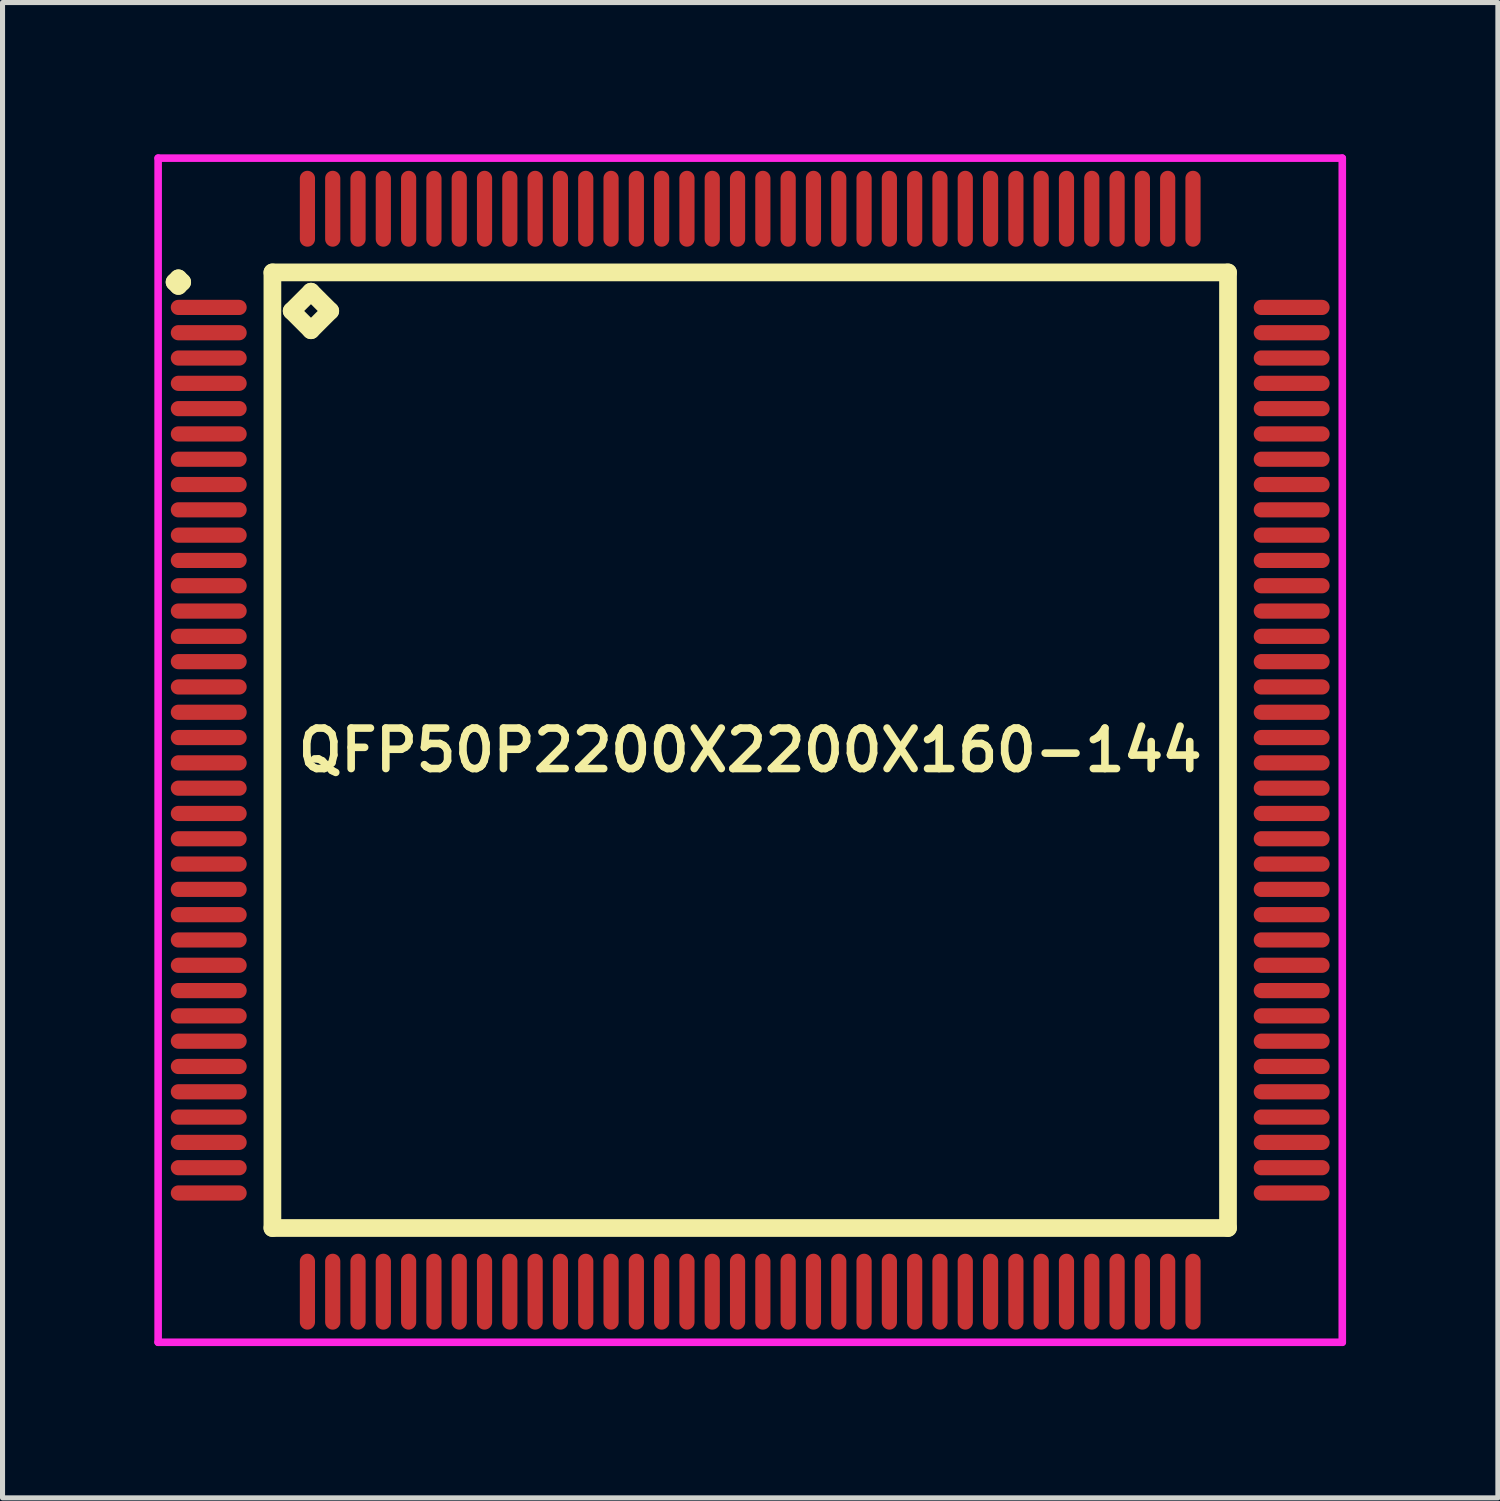
<source format=kicad_pcb>
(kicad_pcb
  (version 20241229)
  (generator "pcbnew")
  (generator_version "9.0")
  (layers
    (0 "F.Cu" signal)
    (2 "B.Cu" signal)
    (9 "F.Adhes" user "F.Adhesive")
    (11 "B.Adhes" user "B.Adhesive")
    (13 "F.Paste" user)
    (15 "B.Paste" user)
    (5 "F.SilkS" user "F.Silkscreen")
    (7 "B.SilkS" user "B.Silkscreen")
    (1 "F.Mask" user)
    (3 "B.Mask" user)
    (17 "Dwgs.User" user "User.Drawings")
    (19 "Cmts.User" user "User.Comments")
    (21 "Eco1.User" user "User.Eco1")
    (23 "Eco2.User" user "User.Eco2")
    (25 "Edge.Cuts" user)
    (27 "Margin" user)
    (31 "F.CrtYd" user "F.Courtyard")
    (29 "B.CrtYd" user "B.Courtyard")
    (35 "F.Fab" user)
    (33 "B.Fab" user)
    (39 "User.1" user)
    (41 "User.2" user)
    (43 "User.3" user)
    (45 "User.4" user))
  (footprint "QFP50P2200X2200X160-144"
    (layer "F.Cu")
    (at 11.775 11.775)
    (property "Reference" "QFP50P2200X2200X160-144" (at 0 0 0) (layer "F.SilkS") (effects (font (size 0.8 0.8) (thickness 0.15))))
    (attr smd)
    (fp_line (start -11.375 -9.25) (end -11.3 -9.325) (stroke (width 0.35) (type solid)) (layer "F.SilkS"))
    (fp_line (start -11.3 -9.325) (end -11.225 -9.25) (stroke (width 0.35) (type solid)) (layer "F.SilkS"))
    (fp_line (start -11.3 -9.175) (end -11.375 -9.25) (stroke (width 0.35) (type solid)) (layer "F.SilkS"))
    (fp_line (start -11.225 -9.25) (end -11.3 -9.175) (stroke (width 0.35) (type solid)) (layer "F.SilkS"))
    (fp_line (start -9.442 -9.442) (end -9.442 9.442) (stroke (width 0.35) (type solid)) (layer "F.SilkS"))
    (fp_line (start -9.442 9.442) (end 9.442 9.442) (stroke (width 0.35) (type solid)) (layer "F.SilkS"))
    (fp_line (start -9.061 -8.68) (end -8.68 -9.061) (stroke (width 0.35) (type solid)) (layer "F.SilkS"))
    (fp_line (start -8.68 -9.061) (end -8.299 -8.68) (stroke (width 0.35) (type solid)) (layer "F.SilkS"))
    (fp_line (start -8.68 -8.299) (end -9.061 -8.68) (stroke (width 0.35) (type solid)) (layer "F.SilkS"))
    (fp_line (start -8.299 -8.68) (end -8.68 -8.299) (stroke (width 0.35) (type solid)) (layer "F.SilkS"))
    (fp_line (start 9.442 -9.442) (end -9.442 -9.442) (stroke (width 0.35) (type solid)) (layer "F.SilkS"))
    (fp_line (start 9.442 9.442) (end 9.442 -9.442) (stroke (width 0.35) (type solid)) (layer "F.SilkS"))
    (fp_line (start -11.7 -11.7) (end 11.7 -11.7) (stroke (width 0.15) (type solid)) (layer "F.CrtYd"))
    (fp_line (start -11.7 11.7) (end -11.7 -11.7) (stroke (width 0.15) (type solid)) (layer "F.CrtYd"))
    (fp_line (start 11.7 -11.7) (end 11.7 11.7) (stroke (width 0.15) (type solid)) (layer "F.CrtYd"))
    (fp_line (start 11.7 11.7) (end -11.7 11.7) (stroke (width 0.15) (type solid)) (layer "F.CrtYd"))
    (pad "1" smd oval (at -10.7 -8.75) (size 1.5 0.3) (layers "F.Cu" "F.Mask" "F.Paste"))
    (pad "2" smd oval (at -10.7 -8.25) (size 1.5 0.3) (layers "F.Cu" "F.Mask" "F.Paste"))
    (pad "3" smd oval (at -10.7 -7.75) (size 1.5 0.3) (layers "F.Cu" "F.Mask" "F.Paste"))
    (pad "4" smd oval (at -10.7 -7.25) (size 1.5 0.3) (layers "F.Cu" "F.Mask" "F.Paste"))
    (pad "5" smd oval (at -10.7 -6.75) (size 1.5 0.3) (layers "F.Cu" "F.Mask" "F.Paste"))
    (pad "6" smd oval (at -10.7 -6.25) (size 1.5 0.3) (layers "F.Cu" "F.Mask" "F.Paste"))
    (pad "7" smd oval (at -10.7 -5.75) (size 1.5 0.3) (layers "F.Cu" "F.Mask" "F.Paste"))
    (pad "8" smd oval (at -10.7 -5.25) (size 1.5 0.3) (layers "F.Cu" "F.Mask" "F.Paste"))
    (pad "9" smd oval (at -10.7 -4.75) (size 1.5 0.3) (layers "F.Cu" "F.Mask" "F.Paste"))
    (pad "10" smd oval (at -10.7 -4.25) (size 1.5 0.3) (layers "F.Cu" "F.Mask" "F.Paste"))
    (pad "11" smd oval (at -10.7 -3.75) (size 1.5 0.3) (layers "F.Cu" "F.Mask" "F.Paste"))
    (pad "12" smd oval (at -10.7 -3.25) (size 1.5 0.3) (layers "F.Cu" "F.Mask" "F.Paste"))
    (pad "13" smd oval (at -10.7 -2.75) (size 1.5 0.3) (layers "F.Cu" "F.Mask" "F.Paste"))
    (pad "14" smd oval (at -10.7 -2.25) (size 1.5 0.3) (layers "F.Cu" "F.Mask" "F.Paste"))
    (pad "15" smd oval (at -10.7 -1.75) (size 1.5 0.3) (layers "F.Cu" "F.Mask" "F.Paste"))
    (pad "16" smd oval (at -10.7 -1.25) (size 1.5 0.3) (layers "F.Cu" "F.Mask" "F.Paste"))
    (pad "17" smd oval (at -10.7 -0.75) (size 1.5 0.3) (layers "F.Cu" "F.Mask" "F.Paste"))
    (pad "18" smd oval (at -10.7 -0.25) (size 1.5 0.3) (layers "F.Cu" "F.Mask" "F.Paste"))
    (pad "19" smd oval (at -10.7 0.25) (size 1.5 0.3) (layers "F.Cu" "F.Mask" "F.Paste"))
    (pad "20" smd oval (at -10.7 0.75) (size 1.5 0.3) (layers "F.Cu" "F.Mask" "F.Paste"))
    (pad "21" smd oval (at -10.7 1.25) (size 1.5 0.3) (layers "F.Cu" "F.Mask" "F.Paste"))
    (pad "22" smd oval (at -10.7 1.75) (size 1.5 0.3) (layers "F.Cu" "F.Mask" "F.Paste"))
    (pad "23" smd oval (at -10.7 2.25) (size 1.5 0.3) (layers "F.Cu" "F.Mask" "F.Paste"))
    (pad "24" smd oval (at -10.7 2.75) (size 1.5 0.3) (layers "F.Cu" "F.Mask" "F.Paste"))
    (pad "25" smd oval (at -10.7 3.25) (size 1.5 0.3) (layers "F.Cu" "F.Mask" "F.Paste"))
    (pad "26" smd oval (at -10.7 3.75) (size 1.5 0.3) (layers "F.Cu" "F.Mask" "F.Paste"))
    (pad "27" smd oval (at -10.7 4.25) (size 1.5 0.3) (layers "F.Cu" "F.Mask" "F.Paste"))
    (pad "28" smd oval (at -10.7 4.75) (size 1.5 0.3) (layers "F.Cu" "F.Mask" "F.Paste"))
    (pad "29" smd oval (at -10.7 5.25) (size 1.5 0.3) (layers "F.Cu" "F.Mask" "F.Paste"))
    (pad "30" smd oval (at -10.7 5.75) (size 1.5 0.3) (layers "F.Cu" "F.Mask" "F.Paste"))
    (pad "31" smd oval (at -10.7 6.25) (size 1.5 0.3) (layers "F.Cu" "F.Mask" "F.Paste"))
    (pad "32" smd oval (at -10.7 6.75) (size 1.5 0.3) (layers "F.Cu" "F.Mask" "F.Paste"))
    (pad "33" smd oval (at -10.7 7.25) (size 1.5 0.3) (layers "F.Cu" "F.Mask" "F.Paste"))
    (pad "34" smd oval (at -10.7 7.75) (size 1.5 0.3) (layers "F.Cu" "F.Mask" "F.Paste"))
    (pad "35" smd oval (at -10.7 8.25) (size 1.5 0.3) (layers "F.Cu" "F.Mask" "F.Paste"))
    (pad "36" smd oval (at -10.7 8.75) (size 1.5 0.3) (layers "F.Cu" "F.Mask" "F.Paste"))
    (pad "37" smd oval (at -8.75 10.7) (size 0.3 1.5) (layers "F.Cu" "F.Mask" "F.Paste"))
    (pad "38" smd oval (at -8.25 10.7) (size 0.3 1.5) (layers "F.Cu" "F.Mask" "F.Paste"))
    (pad "39" smd oval (at -7.75 10.7) (size 0.3 1.5) (layers "F.Cu" "F.Mask" "F.Paste"))
    (pad "40" smd oval (at -7.25 10.7) (size 0.3 1.5) (layers "F.Cu" "F.Mask" "F.Paste"))
    (pad "41" smd oval (at -6.75 10.7) (size 0.3 1.5) (layers "F.Cu" "F.Mask" "F.Paste"))
    (pad "42" smd oval (at -6.25 10.7) (size 0.3 1.5) (layers "F.Cu" "F.Mask" "F.Paste"))
    (pad "43" smd oval (at -5.75 10.7) (size 0.3 1.5) (layers "F.Cu" "F.Mask" "F.Paste"))
    (pad "44" smd oval (at -5.25 10.7) (size 0.3 1.5) (layers "F.Cu" "F.Mask" "F.Paste"))
    (pad "45" smd oval (at -4.75 10.7) (size 0.3 1.5) (layers "F.Cu" "F.Mask" "F.Paste"))
    (pad "46" smd oval (at -4.25 10.7) (size 0.3 1.5) (layers "F.Cu" "F.Mask" "F.Paste"))
    (pad "47" smd oval (at -3.75 10.7) (size 0.3 1.5) (layers "F.Cu" "F.Mask" "F.Paste"))
    (pad "48" smd oval (at -3.25 10.7) (size 0.3 1.5) (layers "F.Cu" "F.Mask" "F.Paste"))
    (pad "49" smd oval (at -2.75 10.7) (size 0.3 1.5) (layers "F.Cu" "F.Mask" "F.Paste"))
    (pad "50" smd oval (at -2.25 10.7) (size 0.3 1.5) (layers "F.Cu" "F.Mask" "F.Paste"))
    (pad "51" smd oval (at -1.75 10.7) (size 0.3 1.5) (layers "F.Cu" "F.Mask" "F.Paste"))
    (pad "52" smd oval (at -1.25 10.7) (size 0.3 1.5) (layers "F.Cu" "F.Mask" "F.Paste"))
    (pad "53" smd oval (at -0.75 10.7) (size 0.3 1.5) (layers "F.Cu" "F.Mask" "F.Paste"))
    (pad "54" smd oval (at -0.25 10.7) (size 0.3 1.5) (layers "F.Cu" "F.Mask" "F.Paste"))
    (pad "55" smd oval (at 0.25 10.7) (size 0.3 1.5) (layers "F.Cu" "F.Mask" "F.Paste"))
    (pad "56" smd oval (at 0.75 10.7) (size 0.3 1.5) (layers "F.Cu" "F.Mask" "F.Paste"))
    (pad "57" smd oval (at 1.25 10.7) (size 0.3 1.5) (layers "F.Cu" "F.Mask" "F.Paste"))
    (pad "58" smd oval (at 1.75 10.7) (size 0.3 1.5) (layers "F.Cu" "F.Mask" "F.Paste"))
    (pad "59" smd oval (at 2.25 10.7) (size 0.3 1.5) (layers "F.Cu" "F.Mask" "F.Paste"))
    (pad "60" smd oval (at 2.75 10.7) (size 0.3 1.5) (layers "F.Cu" "F.Mask" "F.Paste"))
    (pad "61" smd oval (at 3.25 10.7) (size 0.3 1.5) (layers "F.Cu" "F.Mask" "F.Paste"))
    (pad "62" smd oval (at 3.75 10.7) (size 0.3 1.5) (layers "F.Cu" "F.Mask" "F.Paste"))
    (pad "63" smd oval (at 4.25 10.7) (size 0.3 1.5) (layers "F.Cu" "F.Mask" "F.Paste"))
    (pad "64" smd oval (at 4.75 10.7) (size 0.3 1.5) (layers "F.Cu" "F.Mask" "F.Paste"))
    (pad "65" smd oval (at 5.25 10.7) (size 0.3 1.5) (layers "F.Cu" "F.Mask" "F.Paste"))
    (pad "66" smd oval (at 5.75 10.7) (size 0.3 1.5) (layers "F.Cu" "F.Mask" "F.Paste"))
    (pad "67" smd oval (at 6.25 10.7) (size 0.3 1.5) (layers "F.Cu" "F.Mask" "F.Paste"))
    (pad "68" smd oval (at 6.75 10.7) (size 0.3 1.5) (layers "F.Cu" "F.Mask" "F.Paste"))
    (pad "69" smd oval (at 7.25 10.7) (size 0.3 1.5) (layers "F.Cu" "F.Mask" "F.Paste"))
    (pad "70" smd oval (at 7.75 10.7) (size 0.3 1.5) (layers "F.Cu" "F.Mask" "F.Paste"))
    (pad "71" smd oval (at 8.25 10.7) (size 0.3 1.5) (layers "F.Cu" "F.Mask" "F.Paste"))
    (pad "72" smd oval (at 8.75 10.7) (size 0.3 1.5) (layers "F.Cu" "F.Mask" "F.Paste"))
    (pad "73" smd oval (at 10.7 8.75) (size 1.5 0.3) (layers "F.Cu" "F.Mask" "F.Paste"))
    (pad "74" smd oval (at 10.7 8.25) (size 1.5 0.3) (layers "F.Cu" "F.Mask" "F.Paste"))
    (pad "75" smd oval (at 10.7 7.75) (size 1.5 0.3) (layers "F.Cu" "F.Mask" "F.Paste"))
    (pad "76" smd oval (at 10.7 7.25) (size 1.5 0.3) (layers "F.Cu" "F.Mask" "F.Paste"))
    (pad "77" smd oval (at 10.7 6.75) (size 1.5 0.3) (layers "F.Cu" "F.Mask" "F.Paste"))
    (pad "78" smd oval (at 10.7 6.25) (size 1.5 0.3) (layers "F.Cu" "F.Mask" "F.Paste"))
    (pad "79" smd oval (at 10.7 5.75) (size 1.5 0.3) (layers "F.Cu" "F.Mask" "F.Paste"))
    (pad "80" smd oval (at 10.7 5.25) (size 1.5 0.3) (layers "F.Cu" "F.Mask" "F.Paste"))
    (pad "81" smd oval (at 10.7 4.75) (size 1.5 0.3) (layers "F.Cu" "F.Mask" "F.Paste"))
    (pad "82" smd oval (at 10.7 4.25) (size 1.5 0.3) (layers "F.Cu" "F.Mask" "F.Paste"))
    (pad "83" smd oval (at 10.7 3.75) (size 1.5 0.3) (layers "F.Cu" "F.Mask" "F.Paste"))
    (pad "84" smd oval (at 10.7 3.25) (size 1.5 0.3) (layers "F.Cu" "F.Mask" "F.Paste"))
    (pad "85" smd oval (at 10.7 2.75) (size 1.5 0.3) (layers "F.Cu" "F.Mask" "F.Paste"))
    (pad "86" smd oval (at 10.7 2.25) (size 1.5 0.3) (layers "F.Cu" "F.Mask" "F.Paste"))
    (pad "87" smd oval (at 10.7 1.75) (size 1.5 0.3) (layers "F.Cu" "F.Mask" "F.Paste"))
    (pad "88" smd oval (at 10.7 1.25) (size 1.5 0.3) (layers "F.Cu" "F.Mask" "F.Paste"))
    (pad "89" smd oval (at 10.7 0.75) (size 1.5 0.3) (layers "F.Cu" "F.Mask" "F.Paste"))
    (pad "90" smd oval (at 10.7 0.25) (size 1.5 0.3) (layers "F.Cu" "F.Mask" "F.Paste"))
    (pad "91" smd oval (at 10.7 -0.25) (size 1.5 0.3) (layers "F.Cu" "F.Mask" "F.Paste"))
    (pad "92" smd oval (at 10.7 -0.75) (size 1.5 0.3) (layers "F.Cu" "F.Mask" "F.Paste"))
    (pad "93" smd oval (at 10.7 -1.25) (size 1.5 0.3) (layers "F.Cu" "F.Mask" "F.Paste"))
    (pad "94" smd oval (at 10.7 -1.75) (size 1.5 0.3) (layers "F.Cu" "F.Mask" "F.Paste"))
    (pad "95" smd oval (at 10.7 -2.25) (size 1.5 0.3) (layers "F.Cu" "F.Mask" "F.Paste"))
    (pad "96" smd oval (at 10.7 -2.75) (size 1.5 0.3) (layers "F.Cu" "F.Mask" "F.Paste"))
    (pad "97" smd oval (at 10.7 -3.25) (size 1.5 0.3) (layers "F.Cu" "F.Mask" "F.Paste"))
    (pad "98" smd oval (at 10.7 -3.75) (size 1.5 0.3) (layers "F.Cu" "F.Mask" "F.Paste"))
    (pad "99" smd oval (at 10.7 -4.25) (size 1.5 0.3) (layers "F.Cu" "F.Mask" "F.Paste"))
    (pad "100" smd oval (at 10.7 -4.75) (size 1.5 0.3) (layers "F.Cu" "F.Mask" "F.Paste"))
    (pad "101" smd oval (at 10.7 -5.25) (size 1.5 0.3) (layers "F.Cu" "F.Mask" "F.Paste"))
    (pad "102" smd oval (at 10.7 -5.75) (size 1.5 0.3) (layers "F.Cu" "F.Mask" "F.Paste"))
    (pad "103" smd oval (at 10.7 -6.25) (size 1.5 0.3) (layers "F.Cu" "F.Mask" "F.Paste"))
    (pad "104" smd oval (at 10.7 -6.75) (size 1.5 0.3) (layers "F.Cu" "F.Mask" "F.Paste"))
    (pad "105" smd oval (at 10.7 -7.25) (size 1.5 0.3) (layers "F.Cu" "F.Mask" "F.Paste"))
    (pad "106" smd oval (at 10.7 -7.75) (size 1.5 0.3) (layers "F.Cu" "F.Mask" "F.Paste"))
    (pad "107" smd oval (at 10.7 -8.25) (size 1.5 0.3) (layers "F.Cu" "F.Mask" "F.Paste"))
    (pad "108" smd oval (at 10.7 -8.75) (size 1.5 0.3) (layers "F.Cu" "F.Mask" "F.Paste"))
    (pad "109" smd oval (at 8.75 -10.7) (size 0.3 1.5) (layers "F.Cu" "F.Mask" "F.Paste"))
    (pad "110" smd oval (at 8.25 -10.7) (size 0.3 1.5) (layers "F.Cu" "F.Mask" "F.Paste"))
    (pad "111" smd oval (at 7.75 -10.7) (size 0.3 1.5) (layers "F.Cu" "F.Mask" "F.Paste"))
    (pad "112" smd oval (at 7.25 -10.7) (size 0.3 1.5) (layers "F.Cu" "F.Mask" "F.Paste"))
    (pad "113" smd oval (at 6.75 -10.7) (size 0.3 1.5) (layers "F.Cu" "F.Mask" "F.Paste"))
    (pad "114" smd oval (at 6.25 -10.7) (size 0.3 1.5) (layers "F.Cu" "F.Mask" "F.Paste"))
    (pad "115" smd oval (at 5.75 -10.7) (size 0.3 1.5) (layers "F.Cu" "F.Mask" "F.Paste"))
    (pad "116" smd oval (at 5.25 -10.7) (size 0.3 1.5) (layers "F.Cu" "F.Mask" "F.Paste"))
    (pad "117" smd oval (at 4.75 -10.7) (size 0.3 1.5) (layers "F.Cu" "F.Mask" "F.Paste"))
    (pad "118" smd oval (at 4.25 -10.7) (size 0.3 1.5) (layers "F.Cu" "F.Mask" "F.Paste"))
    (pad "119" smd oval (at 3.75 -10.7) (size 0.3 1.5) (layers "F.Cu" "F.Mask" "F.Paste"))
    (pad "120" smd oval (at 3.25 -10.7) (size 0.3 1.5) (layers "F.Cu" "F.Mask" "F.Paste"))
    (pad "121" smd oval (at 2.75 -10.7) (size 0.3 1.5) (layers "F.Cu" "F.Mask" "F.Paste"))
    (pad "122" smd oval (at 2.25 -10.7) (size 0.3 1.5) (layers "F.Cu" "F.Mask" "F.Paste"))
    (pad "123" smd oval (at 1.75 -10.7) (size 0.3 1.5) (layers "F.Cu" "F.Mask" "F.Paste"))
    (pad "124" smd oval (at 1.25 -10.7) (size 0.3 1.5) (layers "F.Cu" "F.Mask" "F.Paste"))
    (pad "125" smd oval (at 0.75 -10.7) (size 0.3 1.5) (layers "F.Cu" "F.Mask" "F.Paste"))
    (pad "126" smd oval (at 0.25 -10.7) (size 0.3 1.5) (layers "F.Cu" "F.Mask" "F.Paste"))
    (pad "127" smd oval (at -0.25 -10.7) (size 0.3 1.5) (layers "F.Cu" "F.Mask" "F.Paste"))
    (pad "128" smd oval (at -0.75 -10.7) (size 0.3 1.5) (layers "F.Cu" "F.Mask" "F.Paste"))
    (pad "129" smd oval (at -1.25 -10.7) (size 0.3 1.5) (layers "F.Cu" "F.Mask" "F.Paste"))
    (pad "130" smd oval (at -1.75 -10.7) (size 0.3 1.5) (layers "F.Cu" "F.Mask" "F.Paste"))
    (pad "131" smd oval (at -2.25 -10.7) (size 0.3 1.5) (layers "F.Cu" "F.Mask" "F.Paste"))
    (pad "132" smd oval (at -2.75 -10.7) (size 0.3 1.5) (layers "F.Cu" "F.Mask" "F.Paste"))
    (pad "133" smd oval (at -3.25 -10.7) (size 0.3 1.5) (layers "F.Cu" "F.Mask" "F.Paste"))
    (pad "134" smd oval (at -3.75 -10.7) (size 0.3 1.5) (layers "F.Cu" "F.Mask" "F.Paste"))
    (pad "135" smd oval (at -4.25 -10.7) (size 0.3 1.5) (layers "F.Cu" "F.Mask" "F.Paste"))
    (pad "136" smd oval (at -4.75 -10.7) (size 0.3 1.5) (layers "F.Cu" "F.Mask" "F.Paste"))
    (pad "137" smd oval (at -5.25 -10.7) (size 0.3 1.5) (layers "F.Cu" "F.Mask" "F.Paste"))
    (pad "138" smd oval (at -5.75 -10.7) (size 0.3 1.5) (layers "F.Cu" "F.Mask" "F.Paste"))
    (pad "139" smd oval (at -6.25 -10.7) (size 0.3 1.5) (layers "F.Cu" "F.Mask" "F.Paste"))
    (pad "140" smd oval (at -6.75 -10.7) (size 0.3 1.5) (layers "F.Cu" "F.Mask" "F.Paste"))
    (pad "141" smd oval (at -7.25 -10.7) (size 0.3 1.5) (layers "F.Cu" "F.Mask" "F.Paste"))
    (pad "142" smd oval (at -7.75 -10.7) (size 0.3 1.5) (layers "F.Cu" "F.Mask" "F.Paste"))
    (pad "143" smd oval (at -8.25 -10.7) (size 0.3 1.5) (layers "F.Cu" "F.Mask" "F.Paste"))
    (pad "144" smd oval (at -8.75 -10.7) (size 0.3 1.5) (layers "F.Cu" "F.Mask" "F.Paste")))
  (gr_rect
    (start -3 -3)
    (end 26.55 26.55)
    (stroke (width 0.1) (type default))
    (fill no)
    (layer "Edge.Cuts")))
</source>
